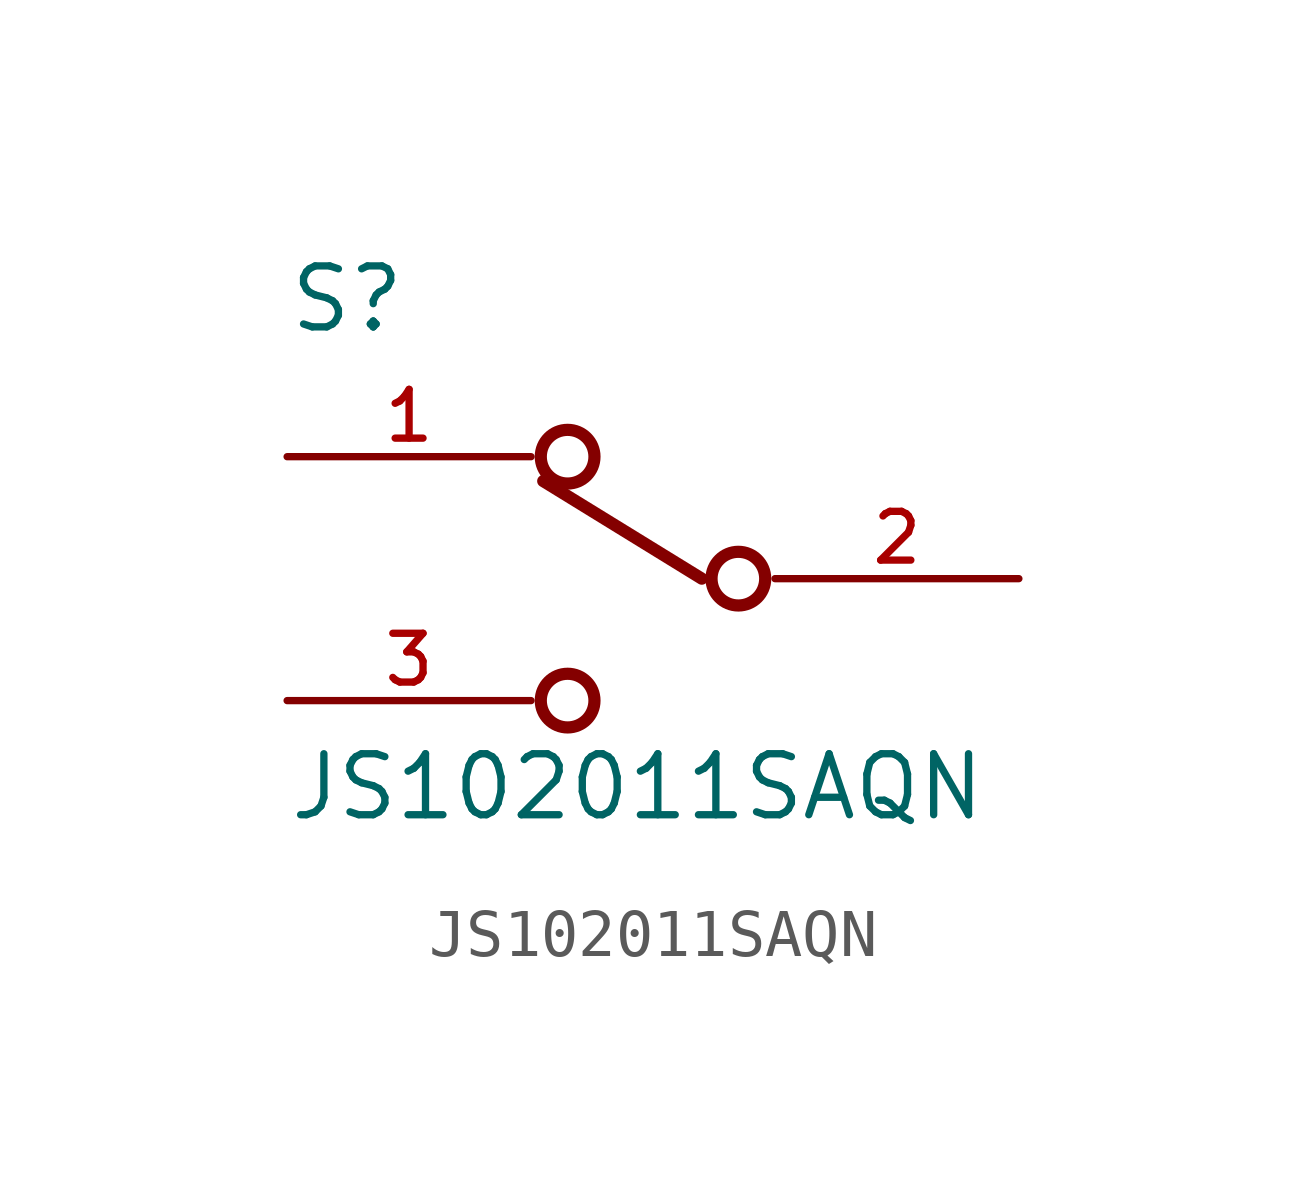
<source format=kicad_sym>
(kicad_symbol_lib
  (version 20220914)
  (generator kicad_symbol_editor)
  (symbol "JS102011SAQN"
    (pin_names
      (offset 1.016) hide)
    (property "Reference" "S"
      (at -7.62 5.08 0)
      (effects (font (size 1.27 1.27)) (justify left bottom)))
    (property "Value" "JS102011SAQN"
      (at -7.62 -5.08 0)
      (effects (font (size 1.27 1.27)) (justify left bottom)))
    (property "ki_locked" ""
      (at 0 0 0)
      (effects (font (size 1.27 1.27))))
    (symbol "JS102011SAQN_0_0"
      (circle (center -1.778 -2.54) (radius 0.559) (stroke (width 0.254) (type default)) (fill (type none)))
      (circle (center -1.778 2.54) (radius 0.559) (stroke (width 0.254) (type default)) (fill (type none)))
      (polyline (pts (xy 1.016 0) (xy -2.286 2.032)) (stroke (width 0.254) (type default)) (fill (type none)))
      (circle (center 1.778 0) (radius 0.559) (stroke (width 0.254) (type default)) (fill (type none)))
      (pin passive line (at -7.62 2.54 0) (length 5.08) (name "1" (effects (font (size 1.016 1.016)))) (number "1" (effects (font (size 1.016 1.016)))))
      (pin passive line (at 7.62 0 180) (length 5.08) (name "2" (effects (font (size 1.016 1.016)))) (number "2" (effects (font (size 1.016 1.016)))))
      (pin passive line (at -7.62 -2.54 0) (length 5.08) (name "3" (effects (font (size 1.016 1.016)))) (number "3" (effects (font (size 1.016 1.016))))))))
</source>
